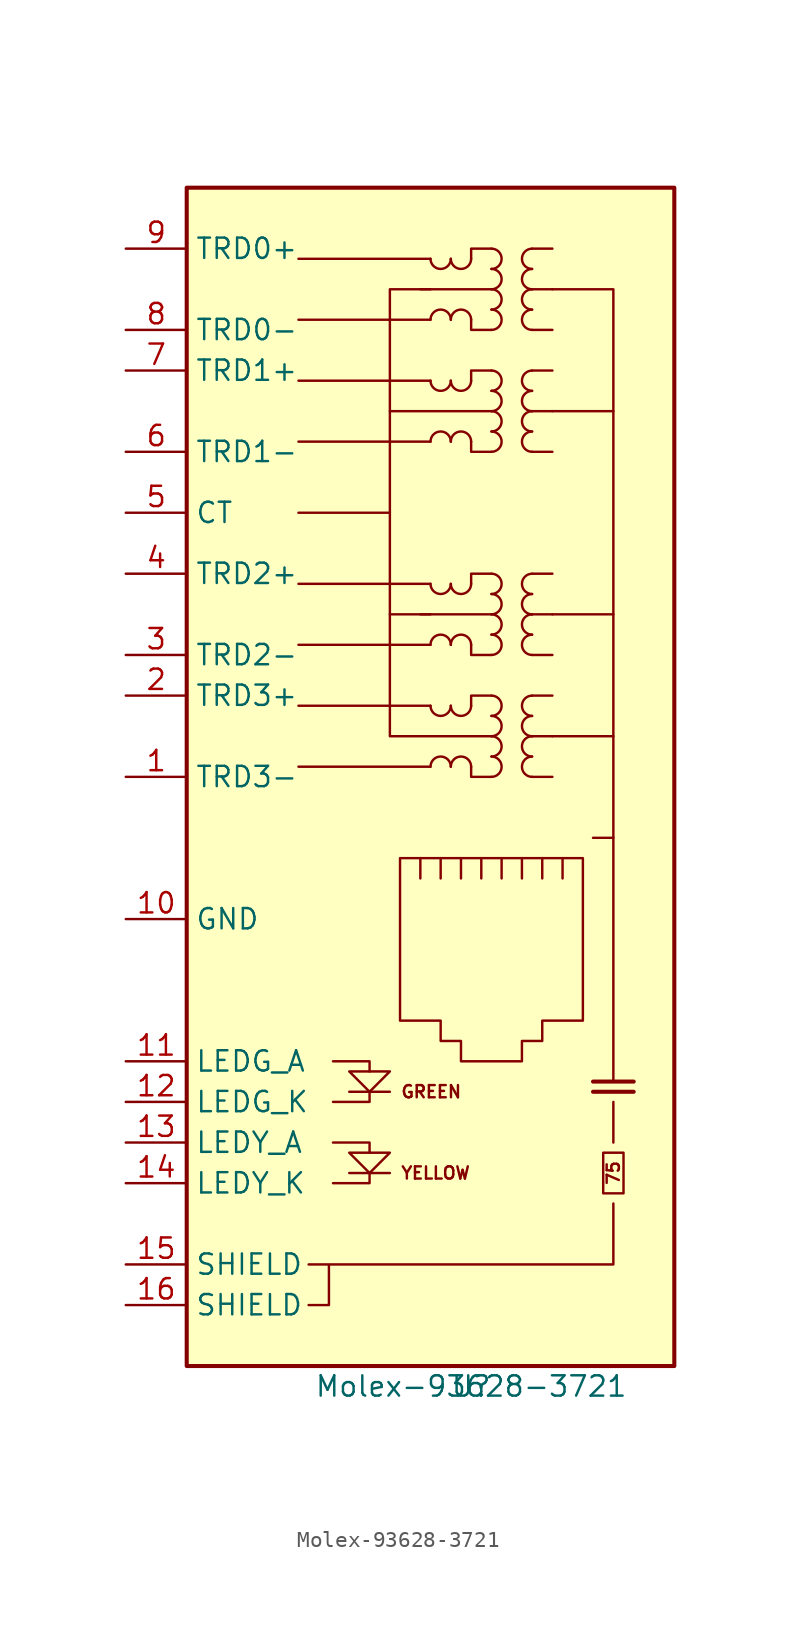
<source format=kicad_sym>
(kicad_symbol_lib
  (version 20211014)
  (generator kicad_symbol_editor)
  (symbol "Molex-93628-3721"
    (property "Reference" "U"
      (at 0 0 0)
      (effects (font (size 1.27 1.27))))
    (property "Value" "Molex-93628-3721"
      (at 0 0 0)
      (effects (font (size 1.27 1.27))))
    (symbol "Molex-93628-3721_0_1"
      (polyline (pts (xy 1.27 40.64) (xy -5.08 40.64) (xy -5.08 48.26) (xy -2.54 48.26) (xy -5.08 48.26)) (stroke (width 0) (type default) (color 0 0 0 0)) (fill (type none)))
      (polyline (pts (xy 1.27 60.96) (xy -5.08 60.96) (xy -5.08 68.58) (xy -2.54 68.58) (xy -5.08 68.58)) (stroke (width 0) (type default) (color 0 0 0 0)) (fill (type none))))
    (symbol "Molex-93628-3721_1_1"
      (rectangle (start -17.78 1.27) (end 12.7 74.93) (stroke (width 0.254) (type default) (color 0 0 0 0)) (fill (type background)))
      (arc (start -2.54 42.545) (mid -1.905 41.91) (end -1.27 42.545) (stroke (width 0) (type default) (color 0 0 0 0)) (fill (type none)))
      (arc (start -2.54 50.165) (mid -1.905 49.53) (end -1.27 50.165) (stroke (width 0) (type default) (color 0 0 0 0)) (fill (type none)))
      (arc (start -2.54 62.865) (mid -1.905 62.23) (end -1.27 62.865) (stroke (width 0) (type default) (color 0 0 0 0)) (fill (type none)))
      (arc (start -2.54 70.485) (mid -1.905 69.85) (end -1.27 70.485) (stroke (width 0) (type default) (color 0 0 0 0)) (fill (type none)))
      (arc (start -1.27 38.735) (mid -1.905 39.37) (end -2.54 38.735) (stroke (width 0) (type default) (color 0 0 0 0)) (fill (type none)))
      (arc (start -1.27 42.545) (mid -0.635 41.91) (end 0 42.545) (stroke (width 0) (type default) (color 0 0 0 0)) (fill (type none)))
      (arc (start -1.27 46.355) (mid -1.905 46.99) (end -2.54 46.355) (stroke (width 0) (type default) (color 0 0 0 0)) (fill (type none)))
      (arc (start -1.27 50.165) (mid -0.635 49.53) (end 0 50.165) (stroke (width 0) (type default) (color 0 0 0 0)) (fill (type none)))
      (arc (start -1.27 59.055) (mid -1.905 59.69) (end -2.54 59.055) (stroke (width 0) (type default) (color 0 0 0 0)) (fill (type none)))
      (arc (start -1.27 62.865) (mid -0.635 62.23) (end 0 62.865) (stroke (width 0) (type default) (color 0 0 0 0)) (fill (type none)))
      (arc (start -1.27 66.675) (mid -1.905 67.31) (end -2.54 66.675) (stroke (width 0) (type default) (color 0 0 0 0)) (fill (type none)))
      (arc (start -1.27 70.485) (mid -0.635 69.85) (end 0 70.485) (stroke (width 0) (type default) (color 0 0 0 0)) (fill (type none)))
      (polyline (pts (xy -10.795 54.61) (xy -5.08 54.61)) (stroke (width 0.152) (type default) (color 0 0 0 0)) (fill (type none)))
      (polyline (pts (xy -5.08 13.335) (xy -7.62 13.335)) (stroke (width 0) (type default) (color 0 0 0 0)) (fill (type none)))
      (polyline (pts (xy -5.08 18.415) (xy -7.62 18.415)) (stroke (width 0) (type default) (color 0 0 0 0)) (fill (type none)))
      (polyline (pts (xy -5.08 48.26) (xy -5.08 60.96)) (stroke (width 0) (type default) (color 0 0 0 0)) (fill (type none)))
      (polyline (pts (xy -3.175 31.75) (xy -3.175 33.02)) (stroke (width 0) (type default) (color 0 0 0 0)) (fill (type none)))
      (polyline (pts (xy -3.175 48.26) (xy 1.27 48.26)) (stroke (width 0) (type default) (color 0 0 0 0)) (fill (type none)))
      (polyline (pts (xy -3.175 68.58) (xy 1.27 68.58)) (stroke (width 0) (type default) (color 0 0 0 0)) (fill (type none)))
      (polyline (pts (xy -2.54 38.735) (xy -10.795 38.735)) (stroke (width 0) (type default) (color 0 0 0 0)) (fill (type none)))
      (polyline (pts (xy -2.54 42.545) (xy -10.795 42.545)) (stroke (width 0) (type default) (color 0 0 0 0)) (fill (type none)))
      (polyline (pts (xy -2.54 46.355) (xy -10.795 46.355)) (stroke (width 0) (type default) (color 0 0 0 0)) (fill (type none)))
      (polyline (pts (xy -2.54 50.165) (xy -10.795 50.165)) (stroke (width 0) (type default) (color 0 0 0 0)) (fill (type none)))
      (polyline (pts (xy -2.54 59.055) (xy -10.795 59.055)) (stroke (width 0) (type default) (color 0 0 0 0)) (fill (type none)))
      (polyline (pts (xy -2.54 62.865) (xy -10.795 62.865)) (stroke (width 0) (type default) (color 0 0 0 0)) (fill (type none)))
      (polyline (pts (xy -2.54 66.675) (xy -10.795 66.675)) (stroke (width 0) (type default) (color 0 0 0 0)) (fill (type none)))
      (polyline (pts (xy -2.54 70.485) (xy -10.795 70.485)) (stroke (width 0) (type default) (color 0 0 0 0)) (fill (type none)))
      (polyline (pts (xy -1.905 33.02) (xy -1.905 31.75)) (stroke (width 0) (type default) (color 0 0 0 0)) (fill (type none)))
      (polyline (pts (xy -0.635 33.02) (xy -0.635 31.75)) (stroke (width 0) (type default) (color 0 0 0 0)) (fill (type none)))
      (polyline (pts (xy 0.635 33.02) (xy 0.635 31.75)) (stroke (width 0) (type default) (color 0 0 0 0)) (fill (type none)))
      (polyline (pts (xy 1.905 33.02) (xy 1.905 31.75)) (stroke (width 0) (type default) (color 0 0 0 0)) (fill (type none)))
      (polyline (pts (xy 3.175 33.02) (xy 3.175 31.75)) (stroke (width 0) (type default) (color 0 0 0 0)) (fill (type none)))
      (polyline (pts (xy 3.81 38.1) (xy 5.08 38.1)) (stroke (width 0) (type default) (color 0 0 0 0)) (fill (type none)))
      (polyline (pts (xy 3.81 40.64) (xy 5.08 40.64)) (stroke (width 0) (type default) (color 0 0 0 0)) (fill (type none)))
      (polyline (pts (xy 3.81 43.18) (xy 5.08 43.18)) (stroke (width 0) (type default) (color 0 0 0 0)) (fill (type none)))
      (polyline (pts (xy 3.81 45.72) (xy 5.08 45.72)) (stroke (width 0) (type default) (color 0 0 0 0)) (fill (type none)))
      (polyline (pts (xy 3.81 48.26) (xy 5.08 48.26)) (stroke (width 0) (type default) (color 0 0 0 0)) (fill (type none)))
      (polyline (pts (xy 3.81 50.8) (xy 5.08 50.8)) (stroke (width 0) (type default) (color 0 0 0 0)) (fill (type none)))
      (polyline (pts (xy 3.81 58.42) (xy 5.08 58.42)) (stroke (width 0) (type default) (color 0 0 0 0)) (fill (type none)))
      (polyline (pts (xy 3.81 60.96) (xy 5.08 60.96)) (stroke (width 0) (type default) (color 0 0 0 0)) (fill (type none)))
      (polyline (pts (xy 3.81 63.5) (xy 5.08 63.5)) (stroke (width 0) (type default) (color 0 0 0 0)) (fill (type none)))
      (polyline (pts (xy 3.81 66.04) (xy 5.08 66.04)) (stroke (width 0) (type default) (color 0 0 0 0)) (fill (type none)))
      (polyline (pts (xy 3.81 68.58) (xy 5.08 68.58)) (stroke (width 0) (type default) (color 0 0 0 0)) (fill (type none)))
      (polyline (pts (xy 3.81 71.12) (xy 5.08 71.12)) (stroke (width 0) (type default) (color 0 0 0 0)) (fill (type none)))
      (polyline (pts (xy 4.445 31.75) (xy 4.445 33.02)) (stroke (width 0) (type default) (color 0 0 0 0)) (fill (type none)))
      (polyline (pts (xy 5.08 40.64) (xy 8.89 40.64)) (stroke (width 0) (type default) (color 0 0 0 0)) (fill (type none)))
      (polyline (pts (xy 5.08 48.26) (xy 8.89 48.26)) (stroke (width 0) (type default) (color 0 0 0 0)) (fill (type none)))
      (polyline (pts (xy 5.08 60.96) (xy 8.89 60.96)) (stroke (width 0) (type default) (color 0 0 0 0)) (fill (type none)))
      (polyline (pts (xy 5.715 31.75) (xy 5.715 33.02)) (stroke (width 0) (type default) (color 0 0 0 0)) (fill (type none)))
      (polyline (pts (xy 7.62 18.415) (xy 10.16 18.415)) (stroke (width 0.254) (type default) (color 0 0 0 0)) (fill (type none)))
      (polyline (pts (xy 7.62 19.05) (xy 10.16 19.05)) (stroke (width 0.254) (type default) (color 0 0 0 0)) (fill (type none)))
      (polyline (pts (xy 8.89 15.24) (xy 8.89 17.78)) (stroke (width 0) (type default) (color 0 0 0 0)) (fill (type none)))
      (polyline (pts (xy 8.89 19.05) (xy 8.89 34.29)) (stroke (width 0) (type default) (color 0 0 0 0)) (fill (type none)))
      (polyline (pts (xy -8.636 12.7) (xy -6.35 12.7) (xy -6.35 13.335)) (stroke (width 0) (type default) (color 0 0 0 0)) (fill (type none)))
      (polyline (pts (xy -8.636 15.24) (xy -6.35 15.24) (xy -6.35 14.605)) (stroke (width 0) (type default) (color 0 0 0 0)) (fill (type none)))
      (polyline (pts (xy -8.636 20.32) (xy -6.35 20.32) (xy -6.35 19.685)) (stroke (width 0) (type default) (color 0 0 0 0)) (fill (type none)))
      (polyline (pts (xy -6.35 18.415) (xy -6.35 17.78) (xy -8.636 17.78)) (stroke (width 0) (type default) (color 0 0 0 0)) (fill (type none)))
      (polyline (pts (xy 0 38.735) (xy 0 38.1) (xy 1.27 38.1)) (stroke (width 0) (type default) (color 0 0 0 0)) (fill (type none)))
      (polyline (pts (xy 0 46.355) (xy 0 45.72) (xy 1.27 45.72)) (stroke (width 0) (type default) (color 0 0 0 0)) (fill (type none)))
      (polyline (pts (xy 0 59.055) (xy 0 58.42) (xy 1.27 58.42)) (stroke (width 0) (type default) (color 0 0 0 0)) (fill (type none)))
      (polyline (pts (xy 0 66.675) (xy 0 66.04) (xy 1.27 66.04)) (stroke (width 0) (type default) (color 0 0 0 0)) (fill (type none)))
      (polyline (pts (xy 1.27 43.18) (xy 0 43.18) (xy 0 42.545)) (stroke (width 0) (type default) (color 0 0 0 0)) (fill (type none)))
      (polyline (pts (xy 1.27 50.8) (xy 0 50.8) (xy 0 50.165)) (stroke (width 0) (type default) (color 0 0 0 0)) (fill (type none)))
      (polyline (pts (xy 1.27 63.5) (xy 0 63.5) (xy 0 62.865)) (stroke (width 0) (type default) (color 0 0 0 0)) (fill (type none)))
      (polyline (pts (xy 1.27 71.12) (xy 0 71.12) (xy 0 70.485)) (stroke (width 0) (type default) (color 0 0 0 0)) (fill (type none)))
      (polyline (pts (xy -7.62 19.685) (xy -5.08 19.685) (xy -6.35 18.415) (xy -7.62 19.685)) (stroke (width 0) (type default) (color 0 0 0 0)) (fill (type none)))
      (polyline (pts (xy -5.08 14.605) (xy -7.62 14.605) (xy -6.35 13.335) (xy -5.08 14.605)) (stroke (width 0) (type default) (color 0 0 0 0)) (fill (type none)))
      (polyline (pts (xy 7.62 34.29) (xy 8.89 34.29) (xy 8.89 68.58) (xy 5.08 68.58)) (stroke (width 0) (type default) (color 0 0 0 0)) (fill (type none)))
      (polyline (pts (xy -10.16 5.08) (xy -8.89 5.08) (xy -8.89 7.62) (xy -10.16 7.62) (xy -8.89 7.62) (xy 8.89 7.62) (xy 8.89 11.43)) (stroke (width 0) (type default) (color 0 0 0 0)) (fill (type none)))
      (polyline (pts (xy -4.445 33.02) (xy 6.985 33.02) (xy 6.985 22.86) (xy 4.445 22.86) (xy 4.445 21.59) (xy 3.175 21.59) (xy 3.175 20.32) (xy -0.635 20.32) (xy -0.635 21.59) (xy -1.905 21.59) (xy -1.905 22.86) (xy -4.445 22.86) (xy -4.445 33.02)) (stroke (width 0) (type default) (color 0 0 0 0)) (fill (type none)))
      (arc (start 0 38.735) (mid -0.635 39.37) (end -1.27 38.735) (stroke (width 0) (type default) (color 0 0 0 0)) (fill (type none)))
      (arc (start 0 46.355) (mid -0.635 46.99) (end -1.27 46.355) (stroke (width 0) (type default) (color 0 0 0 0)) (fill (type none)))
      (arc (start 0 59.055) (mid -0.635 59.69) (end -1.27 59.055) (stroke (width 0) (type default) (color 0 0 0 0)) (fill (type none)))
      (arc (start 0 66.675) (mid -0.635 67.31) (end -1.27 66.675) (stroke (width 0) (type default) (color 0 0 0 0)) (fill (type none)))
      (arc (start 1.27 38.1) (mid 1.905 38.735) (end 1.27 39.37) (stroke (width 0) (type default) (color 0 0 0 0)) (fill (type none)))
      (arc (start 1.27 39.37) (mid 1.905 40.005) (end 1.27 40.64) (stroke (width 0) (type default) (color 0 0 0 0)) (fill (type none)))
      (arc (start 1.27 40.64) (mid 1.905 41.275) (end 1.27 41.91) (stroke (width 0) (type default) (color 0 0 0 0)) (fill (type none)))
      (arc (start 1.27 41.91) (mid 1.905 42.545) (end 1.27 43.18) (stroke (width 0) (type default) (color 0 0 0 0)) (fill (type none)))
      (arc (start 1.27 45.72) (mid 1.905 46.355) (end 1.27 46.99) (stroke (width 0) (type default) (color 0 0 0 0)) (fill (type none)))
      (arc (start 1.27 46.99) (mid 1.905 47.625) (end 1.27 48.26) (stroke (width 0) (type default) (color 0 0 0 0)) (fill (type none)))
      (arc (start 1.27 48.26) (mid 1.905 48.895) (end 1.27 49.53) (stroke (width 0) (type default) (color 0 0 0 0)) (fill (type none)))
      (arc (start 1.27 49.53) (mid 1.905 50.165) (end 1.27 50.8) (stroke (width 0) (type default) (color 0 0 0 0)) (fill (type none)))
      (arc (start 1.27 58.42) (mid 1.905 59.055) (end 1.27 59.69) (stroke (width 0) (type default) (color 0 0 0 0)) (fill (type none)))
      (arc (start 1.27 59.69) (mid 1.905 60.325) (end 1.27 60.96) (stroke (width 0) (type default) (color 0 0 0 0)) (fill (type none)))
      (arc (start 1.27 60.96) (mid 1.905 61.595) (end 1.27 62.23) (stroke (width 0) (type default) (color 0 0 0 0)) (fill (type none)))
      (arc (start 1.27 62.23) (mid 1.905 62.865) (end 1.27 63.5) (stroke (width 0) (type default) (color 0 0 0 0)) (fill (type none)))
      (arc (start 1.27 66.04) (mid 1.905 66.675) (end 1.27 67.31) (stroke (width 0) (type default) (color 0 0 0 0)) (fill (type none)))
      (arc (start 1.27 67.31) (mid 1.905 67.945) (end 1.27 68.58) (stroke (width 0) (type default) (color 0 0 0 0)) (fill (type none)))
      (arc (start 1.27 68.58) (mid 1.905 69.215) (end 1.27 69.85) (stroke (width 0) (type default) (color 0 0 0 0)) (fill (type none)))
      (arc (start 1.27 69.85) (mid 1.905 70.485) (end 1.27 71.12) (stroke (width 0) (type default) (color 0 0 0 0)) (fill (type none)))
      (arc (start 3.81 39.37) (mid 3.175 38.735) (end 3.81 38.1) (stroke (width 0) (type default) (color 0 0 0 0)) (fill (type none)))
      (arc (start 3.81 40.64) (mid 3.175 40.005) (end 3.81 39.37) (stroke (width 0) (type default) (color 0 0 0 0)) (fill (type none)))
      (arc (start 3.81 41.91) (mid 3.175 41.275) (end 3.81 40.64) (stroke (width 0) (type default) (color 0 0 0 0)) (fill (type none)))
      (arc (start 3.81 43.18) (mid 3.175 42.545) (end 3.81 41.91) (stroke (width 0) (type default) (color 0 0 0 0)) (fill (type none)))
      (arc (start 3.81 46.99) (mid 3.175 46.355) (end 3.81 45.72) (stroke (width 0) (type default) (color 0 0 0 0)) (fill (type none)))
      (arc (start 3.81 48.26) (mid 3.175 47.625) (end 3.81 46.99) (stroke (width 0) (type default) (color 0 0 0 0)) (fill (type none)))
      (arc (start 3.81 49.53) (mid 3.175 48.895) (end 3.81 48.26) (stroke (width 0) (type default) (color 0 0 0 0)) (fill (type none)))
      (arc (start 3.81 50.8) (mid 3.175 50.165) (end 3.81 49.53) (stroke (width 0) (type default) (color 0 0 0 0)) (fill (type none)))
      (arc (start 3.81 59.69) (mid 3.175 59.055) (end 3.81 58.42) (stroke (width 0) (type default) (color 0 0 0 0)) (fill (type none)))
      (arc (start 3.81 60.96) (mid 3.175 60.325) (end 3.81 59.69) (stroke (width 0) (type default) (color 0 0 0 0)) (fill (type none)))
      (arc (start 3.81 62.23) (mid 3.175 61.595) (end 3.81 60.96) (stroke (width 0) (type default) (color 0 0 0 0)) (fill (type none)))
      (arc (start 3.81 63.5) (mid 3.175 62.865) (end 3.81 62.23) (stroke (width 0) (type default) (color 0 0 0 0)) (fill (type none)))
      (arc (start 3.81 67.31) (mid 3.175 66.675) (end 3.81 66.04) (stroke (width 0) (type default) (color 0 0 0 0)) (fill (type none)))
      (arc (start 3.81 68.58) (mid 3.175 67.945) (end 3.81 67.31) (stroke (width 0) (type default) (color 0 0 0 0)) (fill (type none)))
      (arc (start 3.81 69.85) (mid 3.175 69.215) (end 3.81 68.58) (stroke (width 0) (type default) (color 0 0 0 0)) (fill (type none)))
      (arc (start 3.81 71.12) (mid 3.175 70.485) (end 3.81 69.85) (stroke (width 0) (type default) (color 0 0 0 0)) (fill (type none)))
      (rectangle (start 9.525 12.065) (end 8.255 14.605) (stroke (width 0) (type default) (color 0 0 0 0)) (fill (type none)))
      (text "75" (at 8.89 13.335 900) (effects (font (size 0.762 0.762))))
      (text "GREEN" (at -4.445 18.415 0) (effects (font (size 0.762 0.762)) (justify left)))
      (text "YELLOW" (at -4.445 13.335 0) (effects (font (size 0.762 0.762)) (justify left)))
      (pin passive line (at -21.59 38.1 0) (length 3.81) (name "TRD3-" (effects (font (size 1.27 1.27)))) (number "1" (effects (font (size 1.27 1.27)))))
      (pin passive line (at -21.59 29.21 0) (length 3.81) (name "GND" (effects (font (size 1.27 1.27)))) (number "10" (effects (font (size 1.27 1.27)))))
      (pin passive line (at -21.59 20.32 0) (length 3.81) (name "LEDG_A" (effects (font (size 1.27 1.27)))) (number "11" (effects (font (size 1.27 1.27)))))
      (pin passive line (at -21.59 17.78 0) (length 3.81) (name "LEDG_K" (effects (font (size 1.27 1.27)))) (number "12" (effects (font (size 1.27 1.27)))))
      (pin passive line (at -21.59 15.24 0) (length 3.81) (name "LEDY_A" (effects (font (size 1.27 1.27)))) (number "13" (effects (font (size 1.27 1.27)))))
      (pin passive line (at -21.59 12.7 0) (length 3.81) (name "LEDY_K" (effects (font (size 1.27 1.27)))) (number "14" (effects (font (size 1.27 1.27)))))
      (pin passive line (at -21.59 7.62 0) (length 3.81) (name "SHIELD" (effects (font (size 1.27 1.27)))) (number "15" (effects (font (size 1.27 1.27)))))
      (pin passive line (at -21.59 5.08 0) (length 3.81) (name "SHIELD" (effects (font (size 1.27 1.27)))) (number "16" (effects (font (size 1.27 1.27)))))
      (pin passive line (at -21.59 43.18 0) (length 3.81) (name "TRD3+" (effects (font (size 1.27 1.27)))) (number "2" (effects (font (size 1.27 1.27)))))
      (pin passive line (at -21.59 45.72 0) (length 3.81) (name "TRD2-" (effects (font (size 1.27 1.27)))) (number "3" (effects (font (size 1.27 1.27)))))
      (pin passive line (at -21.59 50.8 0) (length 3.81) (name "TRD2+" (effects (font (size 1.27 1.27)))) (number "4" (effects (font (size 1.27 1.27)))))
      (pin passive line (at -21.59 54.61 0) (length 3.81) (name "CT" (effects (font (size 1.27 1.27)))) (number "5" (effects (font (size 1.27 1.27)))))
      (pin passive line (at -21.59 58.42 0) (length 3.81) (name "TRD1-" (effects (font (size 1.27 1.27)))) (number "6" (effects (font (size 1.27 1.27)))))
      (pin passive line (at -21.59 63.5 0) (length 3.81) (name "TRD1+" (effects (font (size 1.27 1.27)))) (number "7" (effects (font (size 1.27 1.27)))))
      (pin passive line (at -21.59 66.04 0) (length 3.81) (name "TRD0-" (effects (font (size 1.27 1.27)))) (number "8" (effects (font (size 1.27 1.27)))))
      (pin passive line (at -21.59 71.12 0) (length 3.81) (name "TRD0+" (effects (font (size 1.27 1.27)))) (number "9" (effects (font (size 1.27 1.27))))))))
</source>
